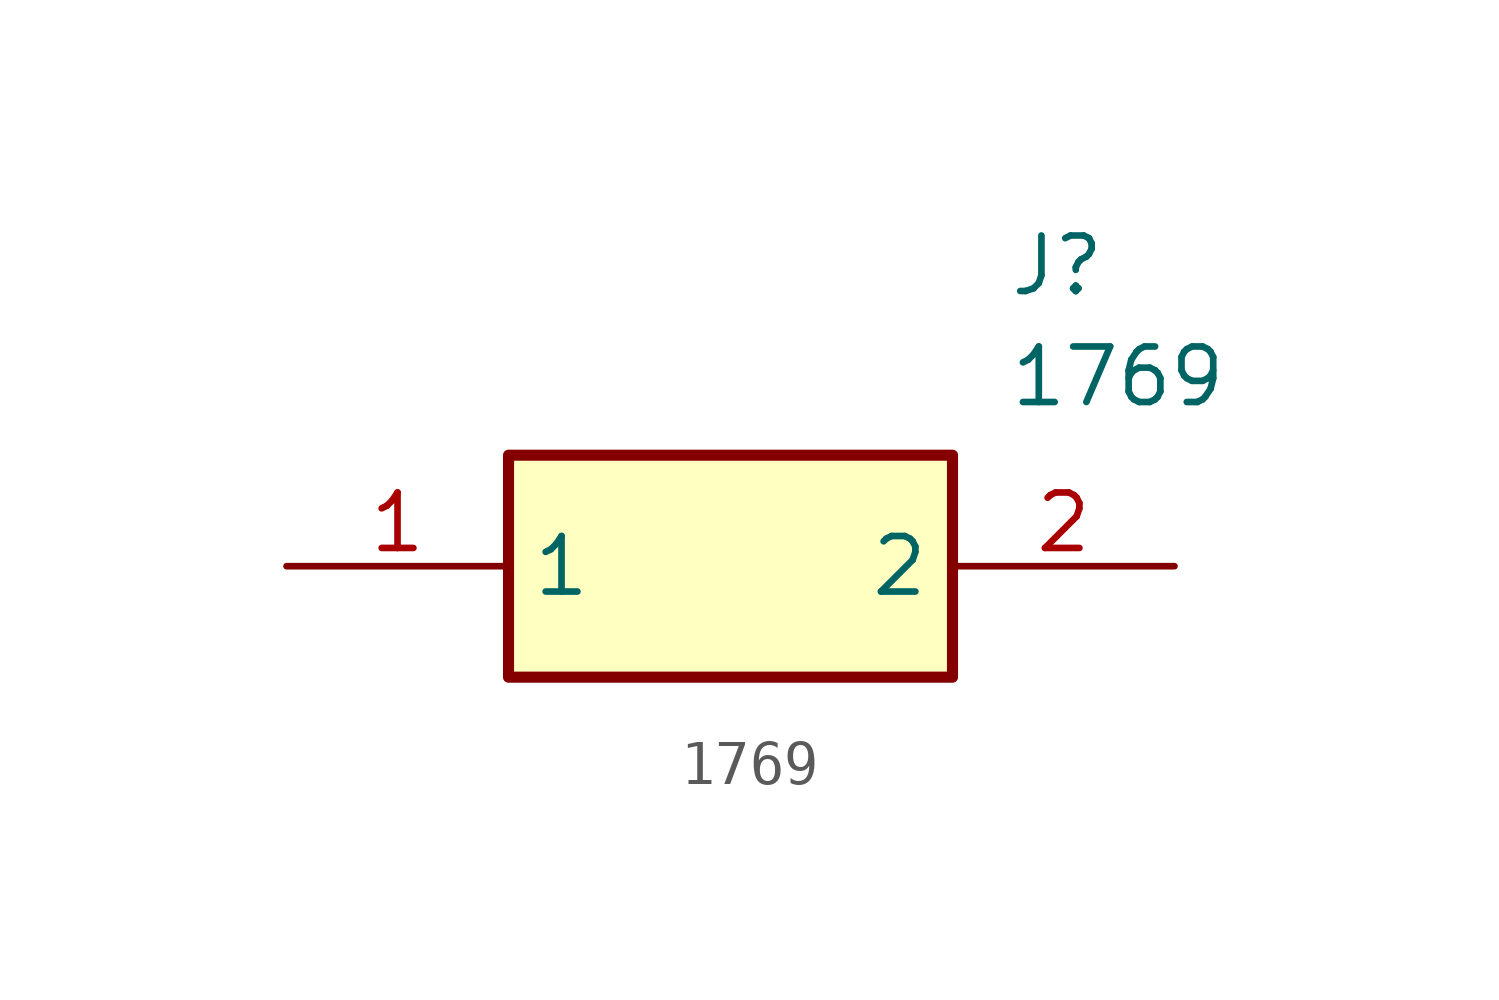
<source format=kicad_sym>
(kicad_symbol_lib
  (version 20211014)
  (generator SamacSys_ECAD_Model)
  (symbol "1769"
    (property "Reference" "J"
      (at 16.51 7.62 0)
      (effects (font (size 1.27 1.27)) (justify left top)))
    (property "Value" "1769"
      (at 16.51 5.08 0)
      (effects (font (size 1.27 1.27)) (justify left top)))
    (rectangle
      (start 5.08 2.54)
      (end 15.24 -2.54)
      (stroke (width 0.254) (type default))
      (fill (type background)))
    (pin passive line
      (at 0 0 0)
      (length 5.08)
      (name "1" (effects (font (size 1.27 1.27))))
      (number "1" (effects (font (size 1.27 1.27)))))
    (pin passive line
      (at 20.32 0 180)
      (length 5.08)
      (name "2" (effects (font (size 1.27 1.27))))
      (number "2" (effects (font (size 1.27 1.27)))))))
</source>
